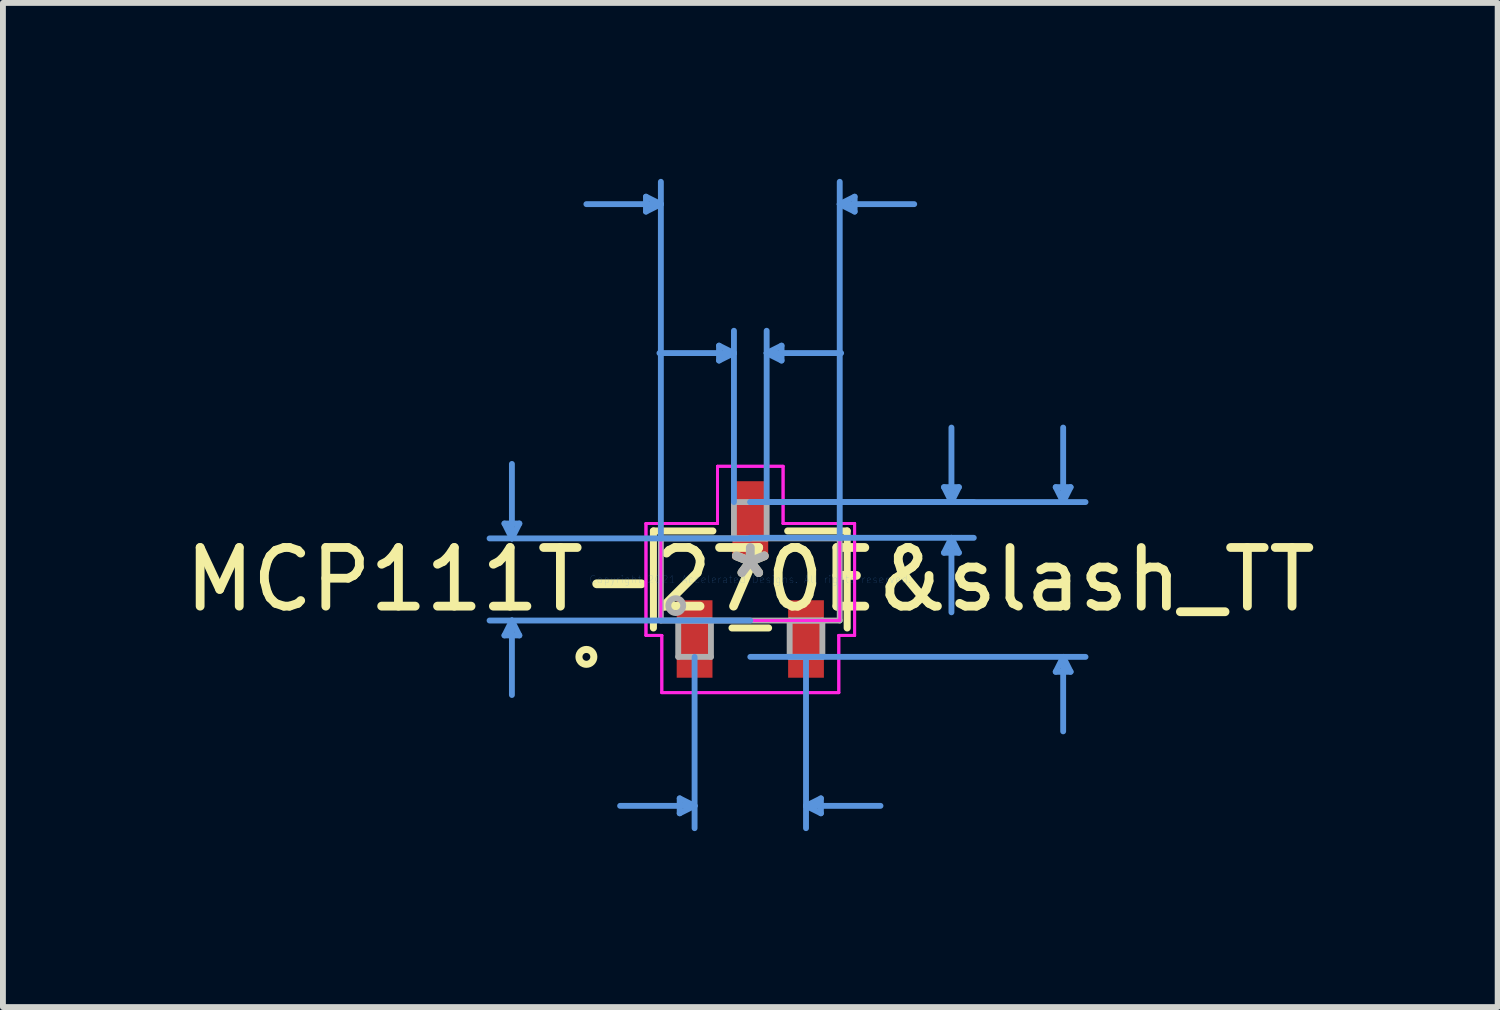
<source format=kicad_pcb>
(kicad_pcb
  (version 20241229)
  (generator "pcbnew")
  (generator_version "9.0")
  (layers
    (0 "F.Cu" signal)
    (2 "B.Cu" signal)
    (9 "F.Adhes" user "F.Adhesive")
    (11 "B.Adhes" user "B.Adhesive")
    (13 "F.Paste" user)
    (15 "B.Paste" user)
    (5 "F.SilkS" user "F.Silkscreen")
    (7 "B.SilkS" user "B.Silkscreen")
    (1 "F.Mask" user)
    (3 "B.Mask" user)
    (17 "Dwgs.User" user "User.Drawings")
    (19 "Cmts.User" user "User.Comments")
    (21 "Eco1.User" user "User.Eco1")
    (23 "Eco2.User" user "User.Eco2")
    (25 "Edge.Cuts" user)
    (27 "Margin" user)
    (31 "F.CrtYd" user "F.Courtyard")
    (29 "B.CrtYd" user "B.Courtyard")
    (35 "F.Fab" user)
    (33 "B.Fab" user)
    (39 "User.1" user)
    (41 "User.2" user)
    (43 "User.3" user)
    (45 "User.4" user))
  (footprint "MCP111T-270E&slash_TT"
    (layer "F.Cu")
    (at 9.744 6.831)
    (property "Reference" "MCP111T-270E&slash_TT" (at 0 0 0) (layer "F.SilkS") (effects (font (size 1 1) (thickness 0.15))))
    (attr through_hole)
    (fp_line (start -1.652 -0.827) (end -1.652 0.827) (stroke (width 0.12) (type solid)) (layer "F.SilkS"))
    (fp_line (start -0.638 -0.827) (end -1.652 -0.827) (stroke (width 0.12) (type solid)) (layer "F.SilkS"))
    (fp_line (start -0.312 0.827) (end 0.312 0.827) (stroke (width 0.12) (type solid)) (layer "F.SilkS"))
    (fp_line (start 1.652 -0.827) (end 0.638 -0.827) (stroke (width 0.12) (type solid)) (layer "F.SilkS"))
    (fp_line (start 1.652 0.827) (end 1.652 -0.827) (stroke (width 0.12) (type solid)) (layer "F.SilkS"))
    (fp_circle (center -2.795 1.32) (end -2.668 1.32) (stroke (width 0.12) (type solid)) (fill no) (layer "F.SilkS"))
    (fp_line (start -4.192 -0.954) (end -3.938 -0.954) (stroke (width 0.1) (type solid)) (layer "Cmts.User"))
    (fp_line (start -4.192 0.954) (end -3.938 0.954) (stroke (width 0.1) (type solid)) (layer "Cmts.User"))
    (fp_line (start -4.065 -0.7) (end -4.192 -0.954) (stroke (width 0.1) (type solid)) (layer "Cmts.User"))
    (fp_line (start -4.065 -0.7) (end -4.065 -1.97) (stroke (width 0.1) (type solid)) (layer "Cmts.User"))
    (fp_line (start -4.065 -0.7) (end -3.938 -0.954) (stroke (width 0.1) (type solid)) (layer "Cmts.User"))
    (fp_line (start -4.065 0.7) (end -4.192 0.954) (stroke (width 0.1) (type solid)) (layer "Cmts.User"))
    (fp_line (start -4.065 0.7) (end -4.065 1.97) (stroke (width 0.1) (type solid)) (layer "Cmts.User"))
    (fp_line (start -4.065 0.7) (end -3.938 0.954) (stroke (width 0.1) (type solid)) (layer "Cmts.User"))
    (fp_line (start -1.779 -6.527) (end -1.779 -6.273) (stroke (width 0.1) (type solid)) (layer "Cmts.User"))
    (fp_line (start -1.525 -6.4) (end -2.795 -6.4) (stroke (width 0.1) (type solid)) (layer "Cmts.User"))
    (fp_line (start -1.525 -6.4) (end -1.779 -6.527) (stroke (width 0.1) (type solid)) (layer "Cmts.User"))
    (fp_line (start -1.525 -6.4) (end -1.779 -6.273) (stroke (width 0.1) (type solid)) (layer "Cmts.User"))
    (fp_line (start -1.525 -0.7) (end -1.525 -6.781) (stroke (width 0.1) (type solid)) (layer "Cmts.User"))
    (fp_line (start -1.204 3.733) (end -1.204 3.987) (stroke (width 0.1) (type solid)) (layer "Cmts.User"))
    (fp_line (start -0.95 1.32) (end -0.95 4.241) (stroke (width 0.1) (type solid)) (layer "Cmts.User"))
    (fp_line (start -0.95 3.86) (end -2.22 3.86) (stroke (width 0.1) (type solid)) (layer "Cmts.User"))
    (fp_line (start -0.95 3.86) (end -1.204 3.733) (stroke (width 0.1) (type solid)) (layer "Cmts.User"))
    (fp_line (start -0.95 3.86) (end -1.204 3.987) (stroke (width 0.1) (type solid)) (layer "Cmts.User"))
    (fp_line (start -0.533 -3.987) (end -0.533 -3.733) (stroke (width 0.1) (type solid)) (layer "Cmts.User"))
    (fp_line (start -0.279 -3.86) (end -1.549 -3.86) (stroke (width 0.1) (type solid)) (layer "Cmts.User"))
    (fp_line (start -0.279 -3.86) (end -0.533 -3.987) (stroke (width 0.1) (type solid)) (layer "Cmts.User"))
    (fp_line (start -0.279 -3.86) (end -0.533 -3.733) (stroke (width 0.1) (type solid)) (layer "Cmts.User"))
    (fp_line (start -0.279 -1.32) (end -0.279 -4.241) (stroke (width 0.1) (type solid)) (layer "Cmts.User"))
    (fp_line (start 0 -1.32) (end 3.811 -1.32) (stroke (width 0.1) (type solid)) (layer "Cmts.User"))
    (fp_line (start 0 -1.32) (end 5.716 -1.32) (stroke (width 0.1) (type solid)) (layer "Cmts.User"))
    (fp_line (start 0 -0.71) (end 3.811 -0.71) (stroke (width 0.1) (type solid)) (layer "Cmts.User"))
    (fp_line (start 0 -0.7) (end -4.446 -0.7) (stroke (width 0.1) (type solid)) (layer "Cmts.User"))
    (fp_line (start 0 0.7) (end -4.446 0.7) (stroke (width 0.1) (type solid)) (layer "Cmts.User"))
    (fp_line (start 0 1.32) (end 5.716 1.32) (stroke (width 0.1) (type solid)) (layer "Cmts.User"))
    (fp_line (start 0.279 -3.86) (end 0.533 -3.987) (stroke (width 0.1) (type solid)) (layer "Cmts.User"))
    (fp_line (start 0.279 -3.86) (end 0.533 -3.733) (stroke (width 0.1) (type solid)) (layer "Cmts.User"))
    (fp_line (start 0.279 -3.86) (end 1.549 -3.86) (stroke (width 0.1) (type solid)) (layer "Cmts.User"))
    (fp_line (start 0.279 -1.32) (end 0.279 -4.241) (stroke (width 0.1) (type solid)) (layer "Cmts.User"))
    (fp_line (start 0.533 -3.987) (end 0.533 -3.733) (stroke (width 0.1) (type solid)) (layer "Cmts.User"))
    (fp_line (start 0.95 1.32) (end 0.95 4.241) (stroke (width 0.1) (type solid)) (layer "Cmts.User"))
    (fp_line (start 0.95 3.86) (end 1.204 3.733) (stroke (width 0.1) (type solid)) (layer "Cmts.User"))
    (fp_line (start 0.95 3.86) (end 1.204 3.987) (stroke (width 0.1) (type solid)) (layer "Cmts.User"))
    (fp_line (start 0.95 3.86) (end 2.22 3.86) (stroke (width 0.1) (type solid)) (layer "Cmts.User"))
    (fp_line (start 1.204 3.733) (end 1.204 3.987) (stroke (width 0.1) (type solid)) (layer "Cmts.User"))
    (fp_line (start 1.525 -6.4) (end 1.779 -6.527) (stroke (width 0.1) (type solid)) (layer "Cmts.User"))
    (fp_line (start 1.525 -6.4) (end 1.779 -6.273) (stroke (width 0.1) (type solid)) (layer "Cmts.User"))
    (fp_line (start 1.525 -6.4) (end 2.795 -6.4) (stroke (width 0.1) (type solid)) (layer "Cmts.User"))
    (fp_line (start 1.525 -0.7) (end 1.525 -6.781) (stroke (width 0.1) (type solid)) (layer "Cmts.User"))
    (fp_line (start 1.779 -6.527) (end 1.779 -6.273) (stroke (width 0.1) (type solid)) (layer "Cmts.User"))
    (fp_line (start 3.303 -1.574) (end 3.557 -1.574) (stroke (width 0.1) (type solid)) (layer "Cmts.User"))
    (fp_line (start 3.303 -0.456) (end 3.557 -0.456) (stroke (width 0.1) (type solid)) (layer "Cmts.User"))
    (fp_line (start 3.43 -1.32) (end 3.303 -1.574) (stroke (width 0.1) (type solid)) (layer "Cmts.User"))
    (fp_line (start 3.43 -1.32) (end 3.43 -2.59) (stroke (width 0.1) (type solid)) (layer "Cmts.User"))
    (fp_line (start 3.43 -1.32) (end 3.557 -1.574) (stroke (width 0.1) (type solid)) (layer "Cmts.User"))
    (fp_line (start 3.43 -0.71) (end 3.303 -0.456) (stroke (width 0.1) (type solid)) (layer "Cmts.User"))
    (fp_line (start 3.43 -0.71) (end 3.43 0.56) (stroke (width 0.1) (type solid)) (layer "Cmts.User"))
    (fp_line (start 3.43 -0.71) (end 3.557 -0.456) (stroke (width 0.1) (type solid)) (layer "Cmts.User"))
    (fp_line (start 5.208 -1.574) (end 5.462 -1.574) (stroke (width 0.1) (type solid)) (layer "Cmts.User"))
    (fp_line (start 5.208 1.574) (end 5.462 1.574) (stroke (width 0.1) (type solid)) (layer "Cmts.User"))
    (fp_line (start 5.335 -1.32) (end 5.208 -1.574) (stroke (width 0.1) (type solid)) (layer "Cmts.User"))
    (fp_line (start 5.335 -1.32) (end 5.335 -2.59) (stroke (width 0.1) (type solid)) (layer "Cmts.User"))
    (fp_line (start 5.335 -1.32) (end 5.462 -1.574) (stroke (width 0.1) (type solid)) (layer "Cmts.User"))
    (fp_line (start 5.335 1.32) (end 5.208 1.574) (stroke (width 0.1) (type solid)) (layer "Cmts.User"))
    (fp_line (start 5.335 1.32) (end 5.335 2.59) (stroke (width 0.1) (type solid)) (layer "Cmts.User"))
    (fp_line (start 5.335 1.32) (end 5.462 1.574) (stroke (width 0.1) (type solid)) (layer "Cmts.User"))
    (fp_line (start -1.779 -0.954) (end -0.559 -0.954) (stroke (width 0.05) (type solid)) (layer "F.CrtYd"))
    (fp_line (start -1.779 -0.954) (end -0.559 -0.954) (stroke (width 0.05) (type solid)) (layer "F.CrtYd"))
    (fp_line (start -1.779 0.954) (end -1.779 -0.954) (stroke (width 0.05) (type solid)) (layer "F.CrtYd"))
    (fp_line (start -1.779 0.954) (end -1.779 -0.954) (stroke (width 0.05) (type solid)) (layer "F.CrtYd"))
    (fp_line (start -1.779 0.954) (end -1.509 0.954) (stroke (width 0.05) (type solid)) (layer "F.CrtYd"))
    (fp_line (start -1.525 -0.7) (end 1.525 -0.7) (stroke (width 0.05) (type solid)) (layer "F.CrtYd"))
    (fp_line (start -1.525 0.7) (end -1.525 -0.7) (stroke (width 0.05) (type solid)) (layer "F.CrtYd"))
    (fp_line (start -1.509 0.954) (end -1.779 0.954) (stroke (width 0.05) (type solid)) (layer "F.CrtYd"))
    (fp_line (start -1.509 0.954) (end -1.509 1.93) (stroke (width 0.05) (type solid)) (layer "F.CrtYd"))
    (fp_line (start -1.509 1.93) (end -1.509 0.954) (stroke (width 0.05) (type solid)) (layer "F.CrtYd"))
    (fp_line (start -1.509 1.93) (end 1.509 1.93) (stroke (width 0.05) (type solid)) (layer "F.CrtYd"))
    (fp_line (start -0.559 -1.93) (end 0.559 -1.93) (stroke (width 0.05) (type solid)) (layer "F.CrtYd"))
    (fp_line (start -0.559 -1.93) (end 0.559 -1.93) (stroke (width 0.05) (type solid)) (layer "F.CrtYd"))
    (fp_line (start -0.559 -0.954) (end -0.559 -1.93) (stroke (width 0.05) (type solid)) (layer "F.CrtYd"))
    (fp_line (start -0.559 -0.954) (end -0.559 -1.93) (stroke (width 0.05) (type solid)) (layer "F.CrtYd"))
    (fp_line (start 0.559 -1.93) (end 0.559 -0.954) (stroke (width 0.05) (type solid)) (layer "F.CrtYd"))
    (fp_line (start 0.559 -0.954) (end 0.559 -1.93) (stroke (width 0.05) (type solid)) (layer "F.CrtYd"))
    (fp_line (start 0.559 -0.954) (end 1.779 -0.954) (stroke (width 0.05) (type solid)) (layer "F.CrtYd"))
    (fp_line (start 1.509 0.954) (end 1.509 1.93) (stroke (width 0.05) (type solid)) (layer "F.CrtYd"))
    (fp_line (start 1.509 0.954) (end 1.509 1.93) (stroke (width 0.05) (type solid)) (layer "F.CrtYd"))
    (fp_line (start 1.509 1.93) (end -1.509 1.93) (stroke (width 0.05) (type solid)) (layer "F.CrtYd"))
    (fp_line (start 1.525 -0.7) (end 1.525 0.7) (stroke (width 0.05) (type solid)) (layer "F.CrtYd"))
    (fp_line (start 1.525 0.7) (end -1.525 0.7) (stroke (width 0.05) (type solid)) (layer "F.CrtYd"))
    (fp_line (start 1.779 -0.954) (end 0.559 -0.954) (stroke (width 0.05) (type solid)) (layer "F.CrtYd"))
    (fp_line (start 1.779 -0.954) (end 1.779 0.954) (stroke (width 0.05) (type solid)) (layer "F.CrtYd"))
    (fp_line (start 1.779 -0.954) (end 1.779 0.954) (stroke (width 0.05) (type solid)) (layer "F.CrtYd"))
    (fp_line (start 1.779 0.954) (end 1.509 0.954) (stroke (width 0.05) (type solid)) (layer "F.CrtYd"))
    (fp_line (start 1.779 0.954) (end 1.509 0.954) (stroke (width 0.05) (type solid)) (layer "F.CrtYd"))
    (fp_line (start -1.525 -0.7) (end -1.525 0.7) (stroke (width 0.1) (type solid)) (layer "F.Fab"))
    (fp_line (start -1.525 0.7) (end 1.525 0.7) (stroke (width 0.1) (type solid)) (layer "F.Fab"))
    (fp_line (start -1.229 0.7) (end -1.229 1.32) (stroke (width 0.1) (type solid)) (layer "F.Fab"))
    (fp_line (start -1.229 1.32) (end -0.671 1.32) (stroke (width 0.1) (type solid)) (layer "F.Fab"))
    (fp_line (start -0.671 0.7) (end -1.229 0.7) (stroke (width 0.1) (type solid)) (layer "F.Fab"))
    (fp_line (start -0.671 1.32) (end -0.671 0.7) (stroke (width 0.1) (type solid)) (layer "F.Fab"))
    (fp_line (start -0.279 -1.32) (end -0.279 -0.7) (stroke (width 0.1) (type solid)) (layer "F.Fab"))
    (fp_line (start -0.279 -0.7) (end 0.279 -0.7) (stroke (width 0.1) (type solid)) (layer "F.Fab"))
    (fp_line (start 0.279 -1.32) (end -0.279 -1.32) (stroke (width 0.1) (type solid)) (layer "F.Fab"))
    (fp_line (start 0.279 -0.7) (end 0.279 -1.32) (stroke (width 0.1) (type solid)) (layer "F.Fab"))
    (fp_line (start 0.671 0.7) (end 0.671 1.32) (stroke (width 0.1) (type solid)) (layer "F.Fab"))
    (fp_line (start 0.671 1.32) (end 1.229 1.32) (stroke (width 0.1) (type solid)) (layer "F.Fab"))
    (fp_line (start 1.229 0.7) (end 0.671 0.7) (stroke (width 0.1) (type solid)) (layer "F.Fab"))
    (fp_line (start 1.229 1.32) (end 1.229 0.7) (stroke (width 0.1) (type solid)) (layer "F.Fab"))
    (fp_line (start 1.525 -0.7) (end -1.525 -0.7) (stroke (width 0.1) (type solid)) (layer "F.Fab"))
    (fp_line (start 1.525 0.7) (end 1.525 -0.7) (stroke (width 0.1) (type solid)) (layer "F.Fab"))
    (fp_circle (center -1.271 0.446) (end -1.144 0.446) (stroke (width 0.1) (type solid)) (fill no) (layer "F.Fab"))
    (fp_text user "*" (at 0 0 0) (layer "F.SilkS") (effects (font (size 1 1) (thickness 0.15))))
    (fp_text user "Copyright 2021 Accelerated Designs. All rights reserved." (at 0 0 0) (layer "Cmts.User") (effects (font (size 0.127 0.127) (thickness 0.002))))
    (fp_text user "*" (at 0 0 0) (layer "F.Fab") (effects (font (size 1 1) (thickness 0.15))))
    (pad "1" smd rect (at -0.95 1.015) (size 0.61 1.321) (layers "F.Cu" "F.Mask" "F.Paste"))
    (pad "2" smd rect (at 0.95 1.015) (size 0.61 1.321) (layers "F.Cu" "F.Mask" "F.Paste"))
    (pad "3" smd rect (at 0 -1.015) (size 0.61 1.321) (layers "F.Cu" "F.Mask" "F.Paste")))
  (gr_rect
    (start -3 -3)
    (end 22.488 14.122)
    (stroke (width 0.1) (type default))
    (fill no)
    (layer "Edge.Cuts")))
</source>
